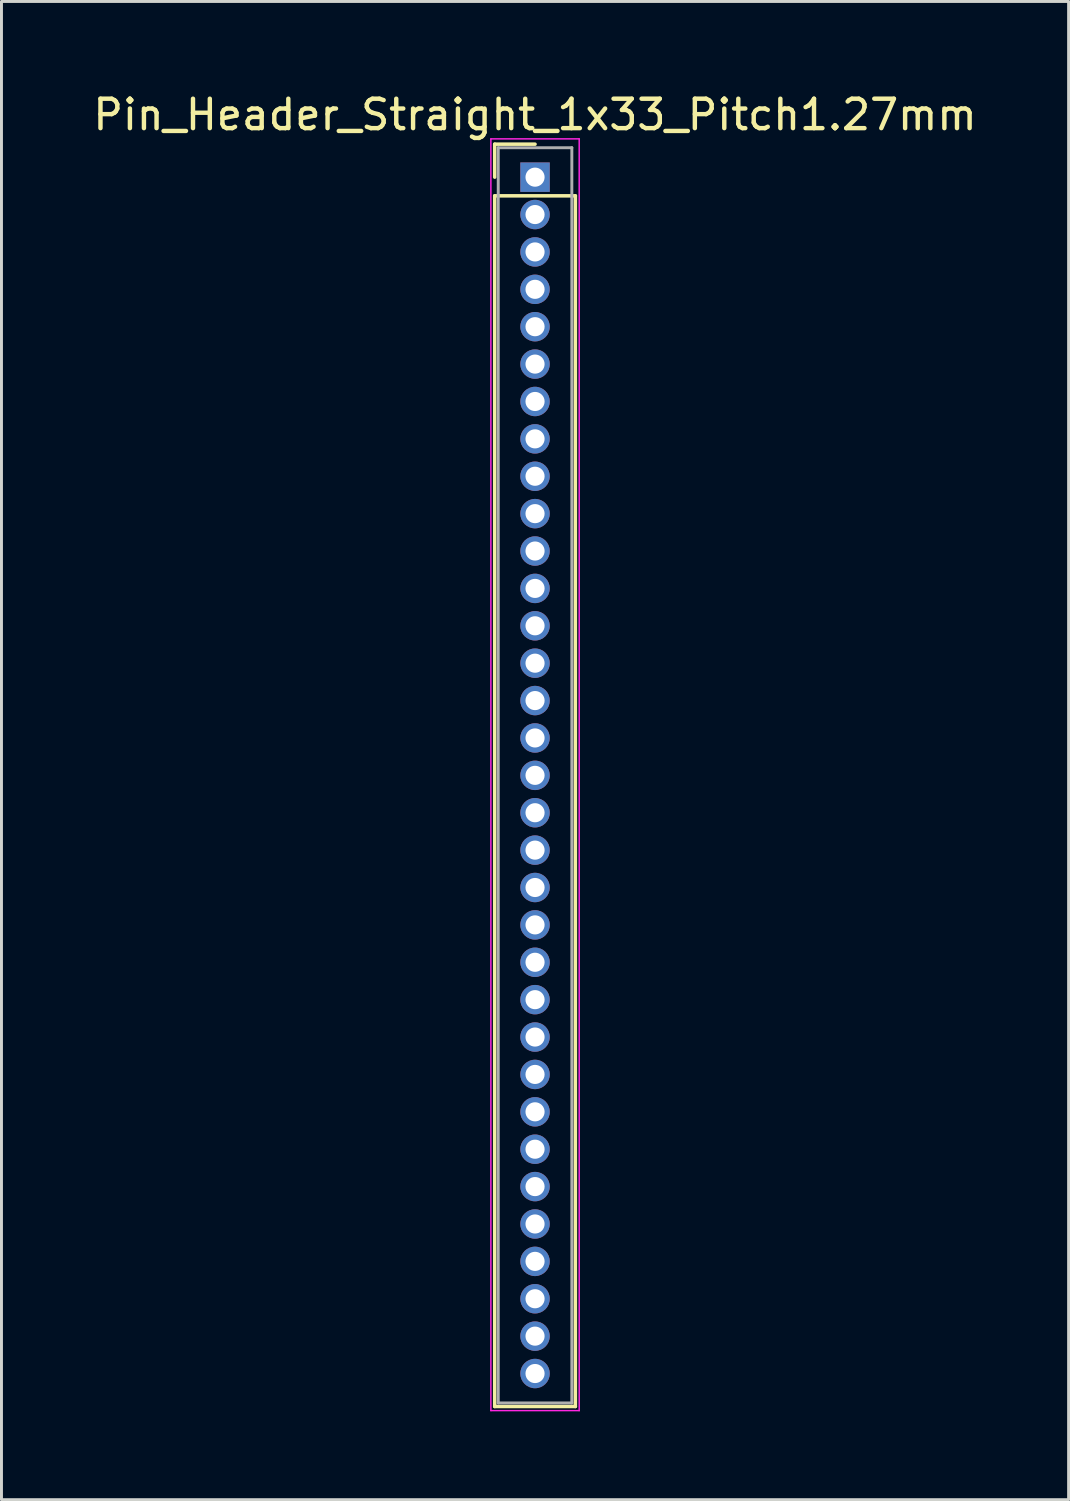
<source format=kicad_pcb>
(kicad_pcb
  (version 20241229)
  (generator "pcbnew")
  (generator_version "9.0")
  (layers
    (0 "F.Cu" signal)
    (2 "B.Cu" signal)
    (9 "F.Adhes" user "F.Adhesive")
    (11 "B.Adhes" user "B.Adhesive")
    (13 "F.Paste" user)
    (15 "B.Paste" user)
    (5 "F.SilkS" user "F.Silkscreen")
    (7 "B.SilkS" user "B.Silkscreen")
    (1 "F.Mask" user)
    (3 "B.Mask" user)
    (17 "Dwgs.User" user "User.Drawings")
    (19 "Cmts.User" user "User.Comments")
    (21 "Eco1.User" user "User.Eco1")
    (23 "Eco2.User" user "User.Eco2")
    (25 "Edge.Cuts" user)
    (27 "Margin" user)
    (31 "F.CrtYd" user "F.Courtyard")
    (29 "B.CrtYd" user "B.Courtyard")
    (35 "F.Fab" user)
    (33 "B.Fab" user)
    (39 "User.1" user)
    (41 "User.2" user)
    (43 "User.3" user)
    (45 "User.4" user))
  (footprint "Pin_Header_Straight_1x33_Pitch1.27mm"
    (layer "F.Cu")
    (at 15.125 2.968)
    (property "Reference" "Pin_Header_Straight_1x33_Pitch1.27mm" (at 0 -2.12 0) (layer "F.SilkS") (effects (font (size 1 1) (thickness 0.15))))
    (attr through_hole)
    (fp_line (start -1.37 -1.12) (end 0 -1.12) (stroke (width 0.12) (type solid)) (layer "F.SilkS"))
    (fp_line (start -1.37 0) (end -1.37 -1.12) (stroke (width 0.12) (type solid)) (layer "F.SilkS"))
    (fp_line (start -1.37 0.635) (end -1.37 41.76) (stroke (width 0.12) (type solid)) (layer "F.SilkS"))
    (fp_line (start -1.37 41.76) (end 1.37 41.76) (stroke (width 0.12) (type solid)) (layer "F.SilkS"))
    (fp_line (start 1.37 0.635) (end -1.37 0.635) (stroke (width 0.12) (type solid)) (layer "F.SilkS"))
    (fp_line (start 1.37 41.76) (end 1.37 0.635) (stroke (width 0.12) (type solid)) (layer "F.SilkS"))
    (fp_line (start -1.5 -1.3) (end -1.5 41.9) (stroke (width 0.05) (type solid)) (layer "F.CrtYd"))
    (fp_line (start -1.5 41.9) (end 1.5 41.9) (stroke (width 0.05) (type solid)) (layer "F.CrtYd"))
    (fp_line (start 1.5 -1.3) (end -1.5 -1.3) (stroke (width 0.05) (type solid)) (layer "F.CrtYd"))
    (fp_line (start 1.5 41.9) (end 1.5 -1.3) (stroke (width 0.05) (type solid)) (layer "F.CrtYd"))
    (fp_line (start -1.25 -1) (end -1.25 41.64) (stroke (width 0.1) (type solid)) (layer "F.Fab"))
    (fp_line (start -1.25 41.64) (end 1.25 41.64) (stroke (width 0.1) (type solid)) (layer "F.Fab"))
    (fp_line (start 1.25 -1) (end -1.25 -1) (stroke (width 0.1) (type solid)) (layer "F.Fab"))
    (fp_line (start 1.25 41.64) (end 1.25 -1) (stroke (width 0.1) (type solid)) (layer "F.Fab"))
    (pad "1" thru_hole rect (at 0 0) (size 1 1) (drill 0.65) (layers "*.Cu" "*.Mask"))
    (pad "2" thru_hole oval (at 0 1.27) (size 1 1) (drill 0.65) (layers "*.Cu" "*.Mask"))
    (pad "3" thru_hole oval (at 0 2.54) (size 1 1) (drill 0.65) (layers "*.Cu" "*.Mask"))
    (pad "4" thru_hole oval (at 0 3.81) (size 1 1) (drill 0.65) (layers "*.Cu" "*.Mask"))
    (pad "5" thru_hole oval (at 0 5.08) (size 1 1) (drill 0.65) (layers "*.Cu" "*.Mask"))
    (pad "6" thru_hole oval (at 0 6.35) (size 1 1) (drill 0.65) (layers "*.Cu" "*.Mask"))
    (pad "7" thru_hole oval (at 0 7.62) (size 1 1) (drill 0.65) (layers "*.Cu" "*.Mask"))
    (pad "8" thru_hole oval (at 0 8.89) (size 1 1) (drill 0.65) (layers "*.Cu" "*.Mask"))
    (pad "9" thru_hole oval (at 0 10.16) (size 1 1) (drill 0.65) (layers "*.Cu" "*.Mask"))
    (pad "10" thru_hole oval (at 0 11.43) (size 1 1) (drill 0.65) (layers "*.Cu" "*.Mask"))
    (pad "11" thru_hole oval (at 0 12.7) (size 1 1) (drill 0.65) (layers "*.Cu" "*.Mask"))
    (pad "12" thru_hole oval (at 0 13.97) (size 1 1) (drill 0.65) (layers "*.Cu" "*.Mask"))
    (pad "13" thru_hole oval (at 0 15.24) (size 1 1) (drill 0.65) (layers "*.Cu" "*.Mask"))
    (pad "14" thru_hole oval (at 0 16.51) (size 1 1) (drill 0.65) (layers "*.Cu" "*.Mask"))
    (pad "15" thru_hole oval (at 0 17.78) (size 1 1) (drill 0.65) (layers "*.Cu" "*.Mask"))
    (pad "16" thru_hole oval (at 0 19.05) (size 1 1) (drill 0.65) (layers "*.Cu" "*.Mask"))
    (pad "17" thru_hole oval (at 0 20.32) (size 1 1) (drill 0.65) (layers "*.Cu" "*.Mask"))
    (pad "18" thru_hole oval (at 0 21.59) (size 1 1) (drill 0.65) (layers "*.Cu" "*.Mask"))
    (pad "19" thru_hole oval (at 0 22.86) (size 1 1) (drill 0.65) (layers "*.Cu" "*.Mask"))
    (pad "20" thru_hole oval (at 0 24.13) (size 1 1) (drill 0.65) (layers "*.Cu" "*.Mask"))
    (pad "21" thru_hole oval (at 0 25.4) (size 1 1) (drill 0.65) (layers "*.Cu" "*.Mask"))
    (pad "22" thru_hole oval (at 0 26.67) (size 1 1) (drill 0.65) (layers "*.Cu" "*.Mask"))
    (pad "23" thru_hole oval (at 0 27.94) (size 1 1) (drill 0.65) (layers "*.Cu" "*.Mask"))
    (pad "24" thru_hole oval (at 0 29.21) (size 1 1) (drill 0.65) (layers "*.Cu" "*.Mask"))
    (pad "25" thru_hole oval (at 0 30.48) (size 1 1) (drill 0.65) (layers "*.Cu" "*.Mask"))
    (pad "26" thru_hole oval (at 0 31.75) (size 1 1) (drill 0.65) (layers "*.Cu" "*.Mask"))
    (pad "27" thru_hole oval (at 0 33.02) (size 1 1) (drill 0.65) (layers "*.Cu" "*.Mask"))
    (pad "28" thru_hole oval (at 0 34.29) (size 1 1) (drill 0.65) (layers "*.Cu" "*.Mask"))
    (pad "29" thru_hole oval (at 0 35.56) (size 1 1) (drill 0.65) (layers "*.Cu" "*.Mask"))
    (pad "30" thru_hole oval (at 0 36.83) (size 1 1) (drill 0.65) (layers "*.Cu" "*.Mask"))
    (pad "31" thru_hole oval (at 0 38.1) (size 1 1) (drill 0.65) (layers "*.Cu" "*.Mask"))
    (pad "32" thru_hole oval (at 0 39.37) (size 1 1) (drill 0.65) (layers "*.Cu" "*.Mask"))
    (pad "33" thru_hole oval (at 0 40.64) (size 1 1) (drill 0.65) (layers "*.Cu" "*.Mask")))
  (gr_rect
    (start -3 -3)
    (end 33.25 47.893)
    (stroke (width 0.1) (type default))
    (fill no)
    (layer "Edge.Cuts")))
</source>
